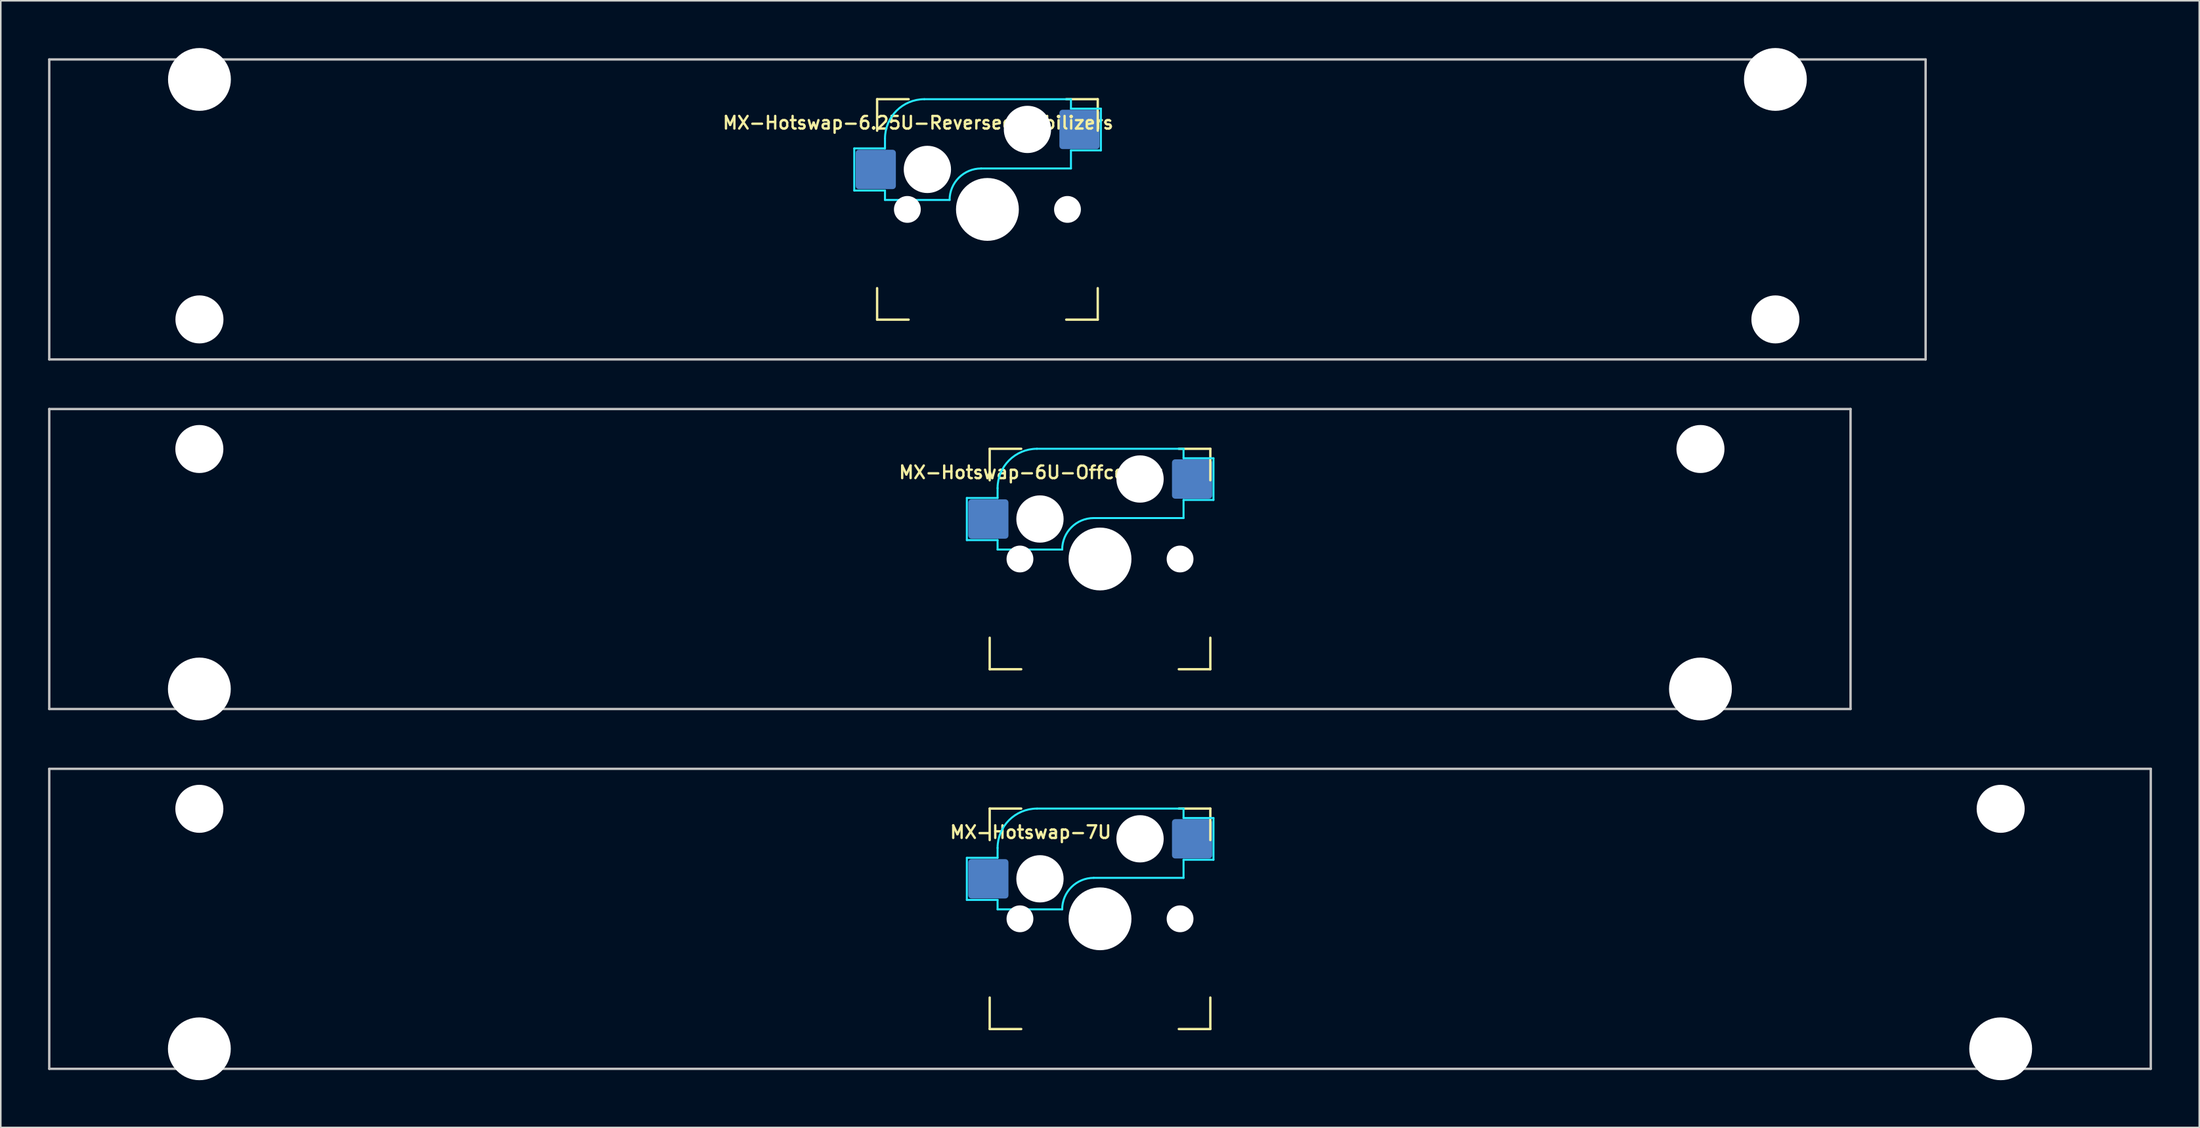
<source format=kicad_pcb>
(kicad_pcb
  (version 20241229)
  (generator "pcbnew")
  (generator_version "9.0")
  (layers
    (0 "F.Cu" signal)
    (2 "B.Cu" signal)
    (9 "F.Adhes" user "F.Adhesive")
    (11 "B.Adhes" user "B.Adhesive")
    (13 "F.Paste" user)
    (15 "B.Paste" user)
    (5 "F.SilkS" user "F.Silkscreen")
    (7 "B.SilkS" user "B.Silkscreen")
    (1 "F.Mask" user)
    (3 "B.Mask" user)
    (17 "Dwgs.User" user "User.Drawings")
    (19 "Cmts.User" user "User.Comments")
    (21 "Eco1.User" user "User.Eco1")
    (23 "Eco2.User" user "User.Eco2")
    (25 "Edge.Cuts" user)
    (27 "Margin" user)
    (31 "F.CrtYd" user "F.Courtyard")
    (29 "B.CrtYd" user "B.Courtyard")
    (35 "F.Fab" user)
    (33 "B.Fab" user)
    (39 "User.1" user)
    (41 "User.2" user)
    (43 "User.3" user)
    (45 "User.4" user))
  (footprint "MX-Hotswap-6U-Offcenter"
    (layer "F.Cu")
    (at 66.75 32.449)
    (property "Reference" "MX-Hotswap-6U-Offcenter" (at -4.4 -5.5 0) (layer "F.SilkS") (effects (font (size 0.8 0.8) (thickness 0.15))))
    (attr smd)
    (fp_line (start -7 -7) (end -7 -5) (stroke (width 0.15) (type solid)) (layer "F.SilkS"))
    (fp_line (start -7 5) (end -7 7) (stroke (width 0.15) (type solid)) (layer "F.SilkS"))
    (fp_line (start -7 7) (end -5 7) (stroke (width 0.15) (type solid)) (layer "F.SilkS"))
    (fp_line (start -5 -7) (end -7 -7) (stroke (width 0.15) (type solid)) (layer "F.SilkS"))
    (fp_line (start 5 -7) (end 7 -7) (stroke (width 0.15) (type solid)) (layer "F.SilkS"))
    (fp_line (start 5 7) (end 7 7) (stroke (width 0.15) (type solid)) (layer "F.SilkS"))
    (fp_line (start 7 -7) (end 7 -5) (stroke (width 0.15) (type solid)) (layer "F.SilkS"))
    (fp_line (start 7 7) (end 7 5) (stroke (width 0.15) (type solid)) (layer "F.SilkS"))
    (fp_line (start -66.675 -9.525) (end 47.625 -9.525) (stroke (width 0.15) (type solid)) (layer "Dwgs.User"))
    (fp_line (start -66.675 9.525) (end -66.675 -9.525) (stroke (width 0.15) (type solid)) (layer "Dwgs.User"))
    (fp_line (start -66.675 9.525) (end 47.625 9.525) (stroke (width 0.15) (type solid)) (layer "Dwgs.User"))
    (fp_line (start 47.625 9.525) (end 47.625 -9.525) (stroke (width 0.15) (type solid)) (layer "Dwgs.User"))
    (fp_line (start -8.45 -3.875) (end -8.45 -1.2) (stroke (width 0.127) (type solid)) (layer "B.CrtYd"))
    (fp_line (start -8.45 -1.2) (end -6.5 -1.2) (stroke (width 0.127) (type solid)) (layer "B.CrtYd"))
    (fp_line (start -6.5 -4.5) (end -6.5 -3.875) (stroke (width 0.127) (type solid)) (layer "B.CrtYd"))
    (fp_line (start -6.5 -3.875) (end -8.45 -3.875) (stroke (width 0.127) (type solid)) (layer "B.CrtYd"))
    (fp_line (start -6.5 -0.6) (end -6.5 -1.2) (stroke (width 0.127) (type solid)) (layer "B.CrtYd"))
    (fp_line (start -6.5 -0.6) (end -2.4 -0.6) (stroke (width 0.127) (type solid)) (layer "B.CrtYd"))
    (fp_line (start -0.4 -2.6) (end 5.3 -2.6) (stroke (width 0.127) (type solid)) (layer "B.CrtYd"))
    (fp_line (start 5.3 -7) (end -4 -7) (stroke (width 0.127) (type solid)) (layer "B.CrtYd"))
    (fp_line (start 5.3 -7) (end 5.3 -6.4) (stroke (width 0.127) (type solid)) (layer "B.CrtYd"))
    (fp_line (start 5.3 -6.4) (end 7.2 -6.4) (stroke (width 0.127) (type solid)) (layer "B.CrtYd"))
    (fp_line (start 5.3 -2.6) (end 5.3 -3.75) (stroke (width 0.127) (type solid)) (layer "B.CrtYd"))
    (fp_line (start 7.2 -6.4) (end 7.2 -3.75) (stroke (width 0.127) (type solid)) (layer "B.CrtYd"))
    (fp_line (start 7.2 -3.75) (end 5.3 -3.75) (stroke (width 0.127) (type solid)) (layer "B.CrtYd"))
    (fp_arc (start -6.5 -4.5) (mid -5.767767 -6.267767) (end -4 -7) (stroke (width 0.127) (type solid)) (layer "B.CrtYd"))
    (fp_arc (start -2.4 -0.6) (mid -1.814214 -2.014214) (end -0.4 -2.6) (stroke (width 0.127) (type solid)) (layer "B.CrtYd"))
    (pad "" np_thru_hole circle (at -57.15 -6.985) (size 3.048 3.048) (drill 3.048) (layers "*.Cu" "*.Mask"))
    (pad "" np_thru_hole circle (at -57.15 8.255) (size 3.988 3.988) (drill 3.988) (layers "*.Cu" "*.Mask"))
    (pad "" np_thru_hole circle (at -5.08 0 48.099) (size 1.702 1.702) (drill 1.702) (layers "*.Cu" "*.Mask"))
    (pad "" np_thru_hole circle (at -3.81 -2.54) (size 3 3) (drill 3) (layers "*.Cu" "*.Mask"))
    (pad "" np_thru_hole circle (at 0 0) (size 3.988 3.988) (drill 3.988) (layers "*.Cu" "*.Mask"))
    (pad "" np_thru_hole circle (at 2.54 -5.08) (size 3 3) (drill 3) (layers "*.Cu" "*.Mask"))
    (pad "" np_thru_hole circle (at 5.08 0 48.099) (size 1.702 1.702) (drill 1.702) (layers "*.Cu" "*.Mask"))
    (pad "" np_thru_hole circle (at 38.1 -6.985) (size 3.048 3.048) (drill 3.048) (layers "*.Cu" "*.Mask"))
    (pad "" np_thru_hole circle (at 38.1 8.255) (size 3.988 3.988) (drill 3.988) (layers "*.Cu" "*.Mask"))
    (pad "1" smd roundrect (at -7.085 -2.54) (size 2.55 2.5) (layers "B.Cu" "B.Mask" "B.Paste") (roundrect_rratio 0.08))
    (pad "2" smd roundrect (at 5.842 -5.08) (size 2.55 2.5) (layers "B.Cu" "B.Mask" "B.Paste") (roundrect_rratio 0.08)))
  (footprint "MX-Hotswap-6.25U-ReversedStabilizers"
    (layer "F.Cu")
    (at 59.606 10.249)
    (property "Reference" "MX-Hotswap-6.25U-ReversedStabilizers" (at -4.4 -5.5 0) (layer "F.SilkS") (effects (font (size 0.8 0.8) (thickness 0.15))))
    (attr smd)
    (fp_line (start -7 -7) (end -7 -5) (stroke (width 0.15) (type solid)) (layer "F.SilkS"))
    (fp_line (start -7 5) (end -7 7) (stroke (width 0.15) (type solid)) (layer "F.SilkS"))
    (fp_line (start -7 7) (end -5 7) (stroke (width 0.15) (type solid)) (layer "F.SilkS"))
    (fp_line (start -5 -7) (end -7 -7) (stroke (width 0.15) (type solid)) (layer "F.SilkS"))
    (fp_line (start 5 -7) (end 7 -7) (stroke (width 0.15) (type solid)) (layer "F.SilkS"))
    (fp_line (start 5 7) (end 7 7) (stroke (width 0.15) (type solid)) (layer "F.SilkS"))
    (fp_line (start 7 -7) (end 7 -5) (stroke (width 0.15) (type solid)) (layer "F.SilkS"))
    (fp_line (start 7 7) (end 7 5) (stroke (width 0.15) (type solid)) (layer "F.SilkS"))
    (fp_line (start -59.531 9.525) (end -59.531 -9.525) (stroke (width 0.15) (type solid)) (layer "Dwgs.User"))
    (fp_line (start 59.531 -9.525) (end -59.531 -9.525) (stroke (width 0.15) (type solid)) (layer "Dwgs.User"))
    (fp_line (start 59.531 9.525) (end -59.531 9.525) (stroke (width 0.15) (type solid)) (layer "Dwgs.User"))
    (fp_line (start 59.531 9.525) (end 59.531 -9.525) (stroke (width 0.15) (type solid)) (layer "Dwgs.User"))
    (fp_line (start -8.45 -3.875) (end -8.45 -1.2) (stroke (width 0.127) (type solid)) (layer "B.CrtYd"))
    (fp_line (start -8.45 -1.2) (end -6.5 -1.2) (stroke (width 0.127) (type solid)) (layer "B.CrtYd"))
    (fp_line (start -6.5 -4.5) (end -6.5 -3.875) (stroke (width 0.127) (type solid)) (layer "B.CrtYd"))
    (fp_line (start -6.5 -3.875) (end -8.45 -3.875) (stroke (width 0.127) (type solid)) (layer "B.CrtYd"))
    (fp_line (start -6.5 -0.6) (end -6.5 -1.2) (stroke (width 0.127) (type solid)) (layer "B.CrtYd"))
    (fp_line (start -6.5 -0.6) (end -2.4 -0.6) (stroke (width 0.127) (type solid)) (layer "B.CrtYd"))
    (fp_line (start -0.4 -2.6) (end 5.3 -2.6) (stroke (width 0.127) (type solid)) (layer "B.CrtYd"))
    (fp_line (start 5.3 -7) (end -4 -7) (stroke (width 0.127) (type solid)) (layer "B.CrtYd"))
    (fp_line (start 5.3 -7) (end 5.3 -6.4) (stroke (width 0.127) (type solid)) (layer "B.CrtYd"))
    (fp_line (start 5.3 -6.4) (end 7.2 -6.4) (stroke (width 0.127) (type solid)) (layer "B.CrtYd"))
    (fp_line (start 5.3 -2.6) (end 5.3 -3.75) (stroke (width 0.127) (type solid)) (layer "B.CrtYd"))
    (fp_line (start 7.2 -6.4) (end 7.2 -3.75) (stroke (width 0.127) (type solid)) (layer "B.CrtYd"))
    (fp_line (start 7.2 -3.75) (end 5.3 -3.75) (stroke (width 0.127) (type solid)) (layer "B.CrtYd"))
    (fp_arc (start -6.5 -4.5) (mid -5.767767 -6.267767) (end -4 -7) (stroke (width 0.127) (type solid)) (layer "B.CrtYd"))
    (fp_arc (start -2.4 -0.6) (mid -1.814214 -2.014214) (end -0.4 -2.6) (stroke (width 0.127) (type solid)) (layer "B.CrtYd"))
    (pad "" np_thru_hole circle (at -50 -8.255) (size 3.988 3.988) (drill 3.988) (layers "*.Cu" "*.Mask"))
    (pad "" np_thru_hole circle (at -50 6.985) (size 3.048 3.048) (drill 3.048) (layers "*.Cu" "*.Mask"))
    (pad "" np_thru_hole circle (at -5.08 0 48.099) (size 1.702 1.702) (drill 1.702) (layers "*.Cu" "*.Mask"))
    (pad "" np_thru_hole circle (at -3.81 -2.54) (size 3 3) (drill 3) (layers "*.Cu" "*.Mask"))
    (pad "" np_thru_hole circle (at 0 0) (size 3.988 3.988) (drill 3.988) (layers "*.Cu" "*.Mask"))
    (pad "" np_thru_hole circle (at 2.54 -5.08) (size 3 3) (drill 3) (layers "*.Cu" "*.Mask"))
    (pad "" np_thru_hole circle (at 5.08 0 48.099) (size 1.702 1.702) (drill 1.702) (layers "*.Cu" "*.Mask"))
    (pad "" np_thru_hole circle (at 50 -8.255) (size 3.988 3.988) (drill 3.988) (layers "*.Cu" "*.Mask"))
    (pad "" np_thru_hole circle (at 50 6.985) (size 3.048 3.048) (drill 3.048) (layers "*.Cu" "*.Mask"))
    (pad "1" smd roundrect (at -7.085 -2.54) (size 2.55 2.5) (layers "B.Cu" "B.Mask" "B.Paste") (roundrect_rratio 0.08))
    (pad "2" smd roundrect (at 5.842 -5.08) (size 2.55 2.5) (layers "B.Cu" "B.Mask" "B.Paste") (roundrect_rratio 0.08)))
  (footprint "MX-Hotswap-7U"
    (layer "F.Cu")
    (at 66.75 55.298)
    (property "Reference" "MX-Hotswap-7U" (at -4.4 -5.5 0) (layer "F.SilkS") (effects (font (size 0.8 0.8) (thickness 0.15))))
    (attr smd)
    (fp_line (start -7 -7) (end -7 -5) (stroke (width 0.15) (type solid)) (layer "F.SilkS"))
    (fp_line (start -7 5) (end -7 7) (stroke (width 0.15) (type solid)) (layer "F.SilkS"))
    (fp_line (start -7 7) (end -5 7) (stroke (width 0.15) (type solid)) (layer "F.SilkS"))
    (fp_line (start -5 -7) (end -7 -7) (stroke (width 0.15) (type solid)) (layer "F.SilkS"))
    (fp_line (start 5 -7) (end 7 -7) (stroke (width 0.15) (type solid)) (layer "F.SilkS"))
    (fp_line (start 5 7) (end 7 7) (stroke (width 0.15) (type solid)) (layer "F.SilkS"))
    (fp_line (start 7 -7) (end 7 -5) (stroke (width 0.15) (type solid)) (layer "F.SilkS"))
    (fp_line (start 7 7) (end 7 5) (stroke (width 0.15) (type solid)) (layer "F.SilkS"))
    (fp_line (start -66.675 9.525) (end -66.675 -9.525) (stroke (width 0.15) (type solid)) (layer "Dwgs.User"))
    (fp_line (start 66.675 -9.525) (end -66.675 -9.525) (stroke (width 0.15) (type solid)) (layer "Dwgs.User"))
    (fp_line (start 66.675 9.525) (end -66.675 9.525) (stroke (width 0.15) (type solid)) (layer "Dwgs.User"))
    (fp_line (start 66.675 9.525) (end 66.675 -9.525) (stroke (width 0.15) (type solid)) (layer "Dwgs.User"))
    (fp_line (start -8.45 -3.875) (end -8.45 -1.2) (stroke (width 0.127) (type solid)) (layer "B.CrtYd"))
    (fp_line (start -8.45 -1.2) (end -6.5 -1.2) (stroke (width 0.127) (type solid)) (layer "B.CrtYd"))
    (fp_line (start -6.5 -4.5) (end -6.5 -3.875) (stroke (width 0.127) (type solid)) (layer "B.CrtYd"))
    (fp_line (start -6.5 -3.875) (end -8.45 -3.875) (stroke (width 0.127) (type solid)) (layer "B.CrtYd"))
    (fp_line (start -6.5 -0.6) (end -6.5 -1.2) (stroke (width 0.127) (type solid)) (layer "B.CrtYd"))
    (fp_line (start -6.5 -0.6) (end -2.4 -0.6) (stroke (width 0.127) (type solid)) (layer "B.CrtYd"))
    (fp_line (start -0.4 -2.6) (end 5.3 -2.6) (stroke (width 0.127) (type solid)) (layer "B.CrtYd"))
    (fp_line (start 5.3 -7) (end -4 -7) (stroke (width 0.127) (type solid)) (layer "B.CrtYd"))
    (fp_line (start 5.3 -7) (end 5.3 -6.4) (stroke (width 0.127) (type solid)) (layer "B.CrtYd"))
    (fp_line (start 5.3 -6.4) (end 7.2 -6.4) (stroke (width 0.127) (type solid)) (layer "B.CrtYd"))
    (fp_line (start 5.3 -2.6) (end 5.3 -3.75) (stroke (width 0.127) (type solid)) (layer "B.CrtYd"))
    (fp_line (start 7.2 -6.4) (end 7.2 -3.75) (stroke (width 0.127) (type solid)) (layer "B.CrtYd"))
    (fp_line (start 7.2 -3.75) (end 5.3 -3.75) (stroke (width 0.127) (type solid)) (layer "B.CrtYd"))
    (fp_arc (start -6.5 -4.5) (mid -5.767767 -6.267767) (end -4 -7) (stroke (width 0.127) (type solid)) (layer "B.CrtYd"))
    (fp_arc (start -2.4 -0.6) (mid -1.814214 -2.014214) (end -0.4 -2.6) (stroke (width 0.127) (type solid)) (layer "B.CrtYd"))
    (pad "" np_thru_hole circle (at -57.15 -6.985) (size 3.048 3.048) (drill 3.048) (layers "*.Cu" "*.Mask"))
    (pad "" np_thru_hole circle (at -57.15 8.255) (size 3.988 3.988) (drill 3.988) (layers "*.Cu" "*.Mask"))
    (pad "" np_thru_hole circle (at -5.08 0 48.099) (size 1.702 1.702) (drill 1.702) (layers "*.Cu" "*.Mask"))
    (pad "" np_thru_hole circle (at -3.81 -2.54) (size 3 3) (drill 3) (layers "*.Cu" "*.Mask"))
    (pad "" np_thru_hole circle (at 0 0) (size 3.988 3.988) (drill 3.988) (layers "*.Cu" "*.Mask"))
    (pad "" np_thru_hole circle (at 2.54 -5.08) (size 3 3) (drill 3) (layers "*.Cu" "*.Mask"))
    (pad "" np_thru_hole circle (at 5.08 0 48.099) (size 1.702 1.702) (drill 1.702) (layers "*.Cu" "*.Mask"))
    (pad "" np_thru_hole circle (at 57.15 -6.985) (size 3.048 3.048) (drill 3.048) (layers "*.Cu" "*.Mask"))
    (pad "" np_thru_hole circle (at 57.15 8.255) (size 3.988 3.988) (drill 3.988) (layers "*.Cu" "*.Mask"))
    (pad "1" smd roundrect (at -7.085 -2.54) (size 2.55 2.5) (layers "B.Cu" "B.Mask" "B.Paste") (roundrect_rratio 0.08))
    (pad "2" smd roundrect (at 5.842 -5.08) (size 2.55 2.5) (layers "B.Cu" "B.Mask" "B.Paste") (roundrect_rratio 0.08)))
  (gr_rect
    (start -3 -3)
    (end 136.5 68.547)
    (stroke (width 0.1) (type default))
    (fill no)
    (layer "Edge.Cuts")))
</source>
